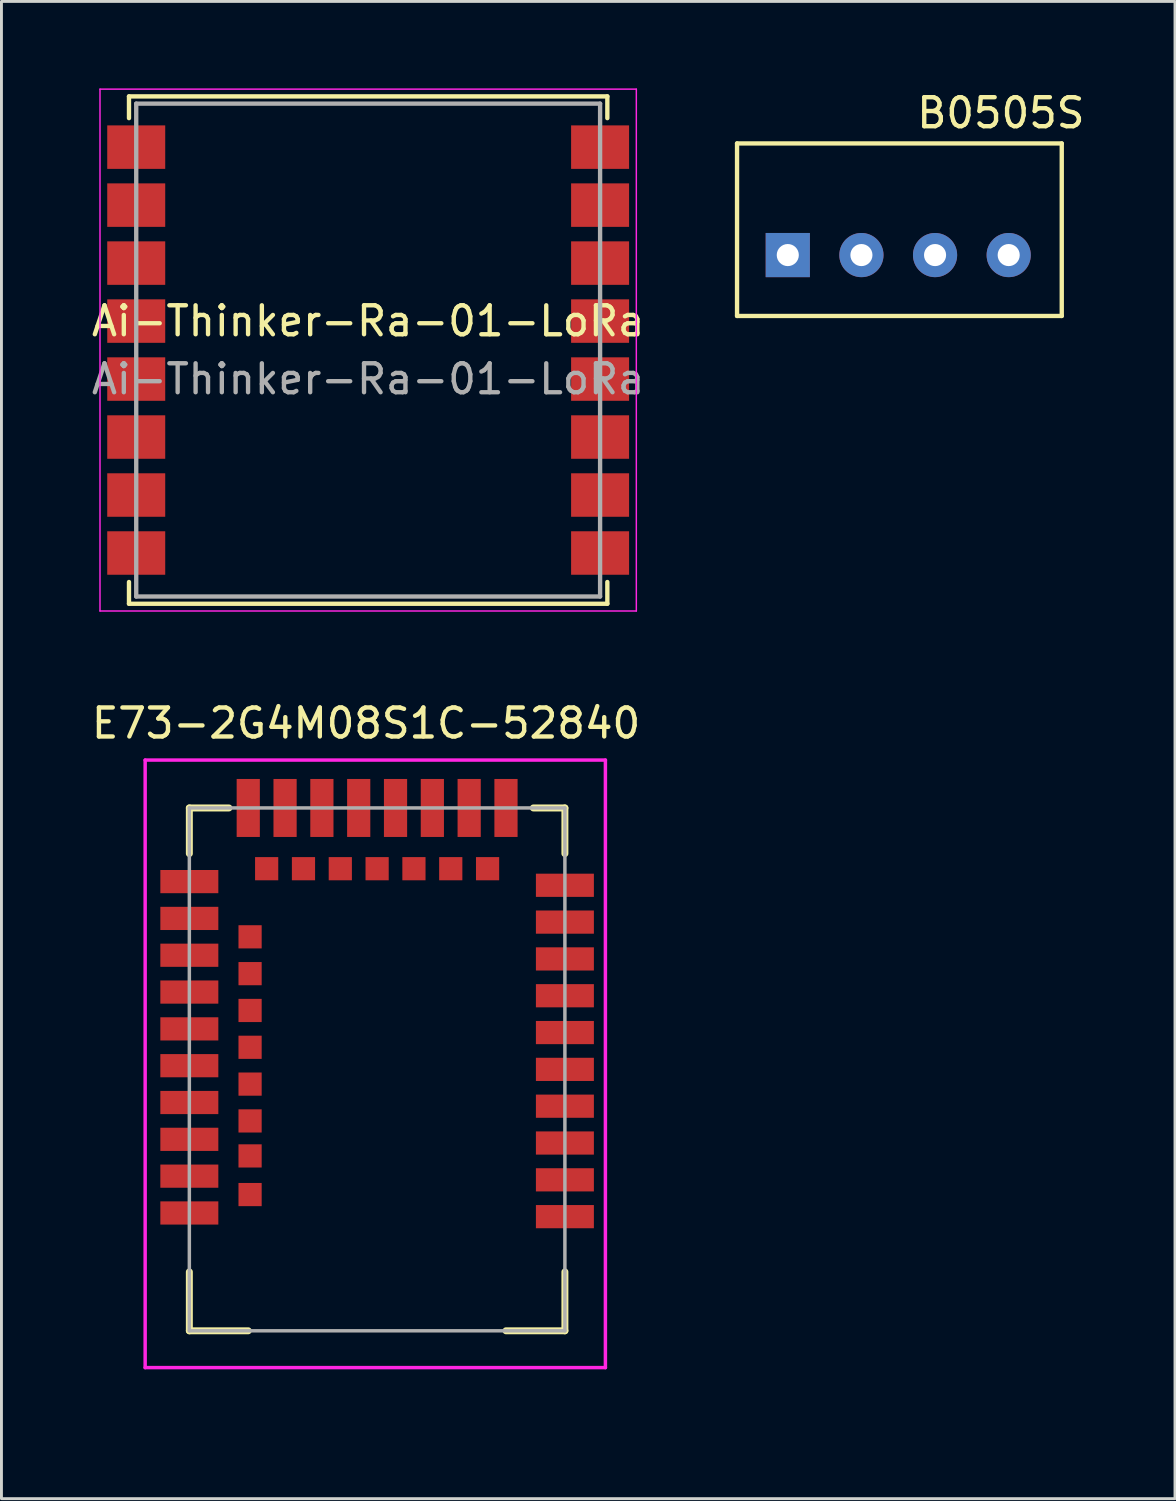
<source format=kicad_pcb>
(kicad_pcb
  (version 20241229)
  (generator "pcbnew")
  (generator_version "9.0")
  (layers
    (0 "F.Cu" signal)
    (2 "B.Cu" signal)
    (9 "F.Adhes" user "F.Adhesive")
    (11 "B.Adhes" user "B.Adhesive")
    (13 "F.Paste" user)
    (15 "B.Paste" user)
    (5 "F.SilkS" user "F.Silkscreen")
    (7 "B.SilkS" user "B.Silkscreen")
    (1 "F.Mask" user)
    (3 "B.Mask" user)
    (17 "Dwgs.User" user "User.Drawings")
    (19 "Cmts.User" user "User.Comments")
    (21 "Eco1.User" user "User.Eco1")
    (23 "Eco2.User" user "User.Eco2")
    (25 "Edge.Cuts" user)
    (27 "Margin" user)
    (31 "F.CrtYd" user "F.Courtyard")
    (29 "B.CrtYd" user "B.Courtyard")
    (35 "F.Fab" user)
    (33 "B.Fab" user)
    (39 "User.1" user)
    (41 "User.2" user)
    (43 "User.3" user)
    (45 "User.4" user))
  (footprint "Ai-Thinker-Ra-01-LoRa"
    (placed yes)
    (layer "F.Cu")
    (at 9.649 9.025)
    (property "Reference" "Ai-Thinker-Ra-01-LoRa" (at 0 -1 0) (layer "F.SilkS") (effects (font (size 1 1) (thickness 0.15))))
    (attr smd)
    (fp_line (start -8.25 -8.75) (end 8.25 -8.75) (stroke (width 0.15) (type solid)) (layer "F.SilkS"))
    (fp_line (start -8.25 -8) (end -8.25 -8.75) (stroke (width 0.15) (type solid)) (layer "F.SilkS"))
    (fp_line (start -8.25 8) (end -8.25 8.75) (stroke (width 0.15) (type solid)) (layer "F.SilkS"))
    (fp_line (start -8.25 8.75) (end 8.25 8.75) (stroke (width 0.15) (type solid)) (layer "F.SilkS"))
    (fp_line (start 8.25 -8.75) (end 8.25 -8) (stroke (width 0.15) (type solid)) (layer "F.SilkS"))
    (fp_line (start 8.25 8.75) (end 8.25 8) (stroke (width 0.15) (type solid)) (layer "F.SilkS"))
    (fp_line (start -9.25 -9) (end 9.25 -9) (stroke (width 0.05) (type solid)) (layer "F.CrtYd"))
    (fp_line (start -9.25 9) (end -9.25 -9) (stroke (width 0.05) (type solid)) (layer "F.CrtYd"))
    (fp_line (start 9.25 -9) (end 9.25 9) (stroke (width 0.05) (type solid)) (layer "F.CrtYd"))
    (fp_line (start 9.25 9) (end -9.25 9) (stroke (width 0.05) (type solid)) (layer "F.CrtYd"))
    (fp_line (start -8 -8.5) (end 8 -8.5) (stroke (width 0.15) (type solid)) (layer "F.Fab"))
    (fp_line (start -8 8.5) (end -8 -8.5) (stroke (width 0.15) (type solid)) (layer "F.Fab"))
    (fp_line (start 8 -8.5) (end 8 8.5) (stroke (width 0.15) (type solid)) (layer "F.Fab"))
    (fp_line (start 8 8.5) (end -8 8.5) (stroke (width 0.15) (type solid)) (layer "F.Fab"))
    (fp_text user "${REFERENCE}" (at 0 1 0) (layer "F.Fab") (effects (font (size 1 1) (thickness 0.15))))
    (pad "1" smd rect (at -8 -7) (size 2 1.5) (layers "F.Cu" "F.Mask" "F.Paste"))
    (pad "2" smd rect (at -8 -5) (size 2 1.5) (layers "F.Cu" "F.Mask" "F.Paste"))
    (pad "3" smd rect (at -8 -3) (size 2 1.5) (layers "F.Cu" "F.Mask" "F.Paste"))
    (pad "4" smd rect (at -8 -1) (size 2 1.5) (layers "F.Cu" "F.Mask" "F.Paste"))
    (pad "5" smd rect (at -8 1) (size 2 1.5) (layers "F.Cu" "F.Mask" "F.Paste"))
    (pad "6" smd rect (at -8 3) (size 2 1.5) (layers "F.Cu" "F.Mask" "F.Paste"))
    (pad "7" smd rect (at -8 5) (size 2 1.5) (layers "F.Cu" "F.Mask" "F.Paste"))
    (pad "8" smd rect (at -8 7) (size 2 1.5) (layers "F.Cu" "F.Mask" "F.Paste"))
    (pad "9" smd rect (at 8 7) (size 2 1.5) (layers "F.Cu" "F.Mask" "F.Paste"))
    (pad "10" smd rect (at 8 5) (size 2 1.5) (layers "F.Cu" "F.Mask" "F.Paste"))
    (pad "11" smd rect (at 8 3) (size 2 1.5) (layers "F.Cu" "F.Mask" "F.Paste"))
    (pad "12" smd rect (at 8 1) (size 2 1.5) (layers "F.Cu" "F.Mask" "F.Paste"))
    (pad "13" smd rect (at 8 -1) (size 2 1.5) (layers "F.Cu" "F.Mask" "F.Paste"))
    (pad "14" smd rect (at 8 -3) (size 2 1.5) (layers "F.Cu" "F.Mask" "F.Paste"))
    (pad "15" smd rect (at 8 -5) (size 2 1.5) (layers "F.Cu" "F.Mask" "F.Paste"))
    (pad "16" smd rect (at 8 -7) (size 2 1.5) (layers "F.Cu" "F.Mask" "F.Paste")))
  (footprint "B0505S"
    (layer "F.Cu")
    (at 26.573 5.748)
    (property "Reference" "B0505S" (at 4.9 -4.9 0) (layer "F.SilkS") (effects (font (size 1 1) (thickness 0.15))))
    (attr through_hole)
    (fp_line (start -4.2 -3.85) (end -4.2 2.1) (stroke (width 0.15) (type solid)) (layer "F.SilkS"))
    (fp_line (start -4.2 2.1) (end 7 2.1) (stroke (width 0.15) (type solid)) (layer "F.SilkS"))
    (fp_line (start 7 -3.85) (end -4.2 -3.85) (stroke (width 0.15) (type solid)) (layer "F.SilkS"))
    (fp_line (start 7 2.1) (end 7 -3.85) (stroke (width 0.15) (type solid)) (layer "F.SilkS"))
    (pad "1" thru_hole rect (at -2.45 0) (size 1.524 1.524) (drill 0.762) (layers "*.Cu" "*.Mask"))
    (pad "2" thru_hole circle (at 0.09 0) (size 1.524 1.524) (drill 0.762) (layers "*.Cu" "*.Mask"))
    (pad "3" thru_hole circle (at 2.63 0) (size 1.524 1.524) (drill 0.762) (layers "*.Cu" "*.Mask"))
    (pad "4" thru_hole circle (at 5.17 0) (size 1.524 1.524) (drill 0.762) (layers "*.Cu" "*.Mask")))
  (footprint "E73-2G4M08S1C-52840"
    (layer "F.Cu")
    (at 10.847 45.393)
    (property "Reference" "E73-2G4M08S1C-52840" (at -1.27 -23.495 0) (layer "F.SilkS") (effects (font (size 1 1) (thickness 0.15))))
    (attr through_hole)
    (fp_line (start -7.366 -20.574) (end -7.366 -19) (stroke (width 0.24) (type solid)) (layer "F.SilkS"))
    (fp_line (start -7.366 -20.574) (end -6 -20.574) (stroke (width 0.24) (type solid)) (layer "F.SilkS"))
    (fp_line (start -7.366 -2.54) (end -7.366 -4.572) (stroke (width 0.24) (type solid)) (layer "F.SilkS"))
    (fp_line (start -7.366 -2.54) (end -5.334 -2.54) (stroke (width 0.24) (type solid)) (layer "F.SilkS"))
    (fp_line (start 5.588 -20.574) (end 4.5 -20.574) (stroke (width 0.24) (type solid)) (layer "F.SilkS"))
    (fp_line (start 5.588 -20.574) (end 5.588 -19) (stroke (width 0.24) (type solid)) (layer "F.SilkS"))
    (fp_line (start 5.588 -2.54) (end 3.556 -2.54) (stroke (width 0.24) (type solid)) (layer "F.SilkS"))
    (fp_line (start 5.588 -2.54) (end 5.588 -4.572) (stroke (width 0.24) (type solid)) (layer "F.SilkS"))
    (fp_line (start -8.89 -22.225) (end 6.985 -22.225) (stroke (width 0.12) (type solid)) (layer "F.CrtYd"))
    (fp_line (start -8.89 -1.27) (end -8.89 -22.225) (stroke (width 0.12) (type solid)) (layer "F.CrtYd"))
    (fp_line (start 6.985 -22.225) (end 6.985 -1.27) (stroke (width 0.12) (type solid)) (layer "F.CrtYd"))
    (fp_line (start 6.985 -1.27) (end -8.89 -1.27) (stroke (width 0.12) (type solid)) (layer "F.CrtYd"))
    (fp_line (start -7.366 -20.574) (end -7.366 -2.54) (stroke (width 0.12) (type solid)) (layer "F.Fab"))
    (fp_line (start -7.366 -2.54) (end 5.588 -2.54) (stroke (width 0.12) (type solid)) (layer "F.Fab"))
    (fp_line (start 5.588 -20.574) (end -7.366 -20.574) (stroke (width 0.12) (type solid)) (layer "F.Fab"))
    (fp_line (start 5.588 -2.54) (end 5.588 -20.574) (stroke (width 0.12) (type solid)) (layer "F.Fab"))
    (pad "1" smd rect (at 5.588 -6.477) (size 2 0.8) (layers "F.Cu" "F.Mask" "F.Paste"))
    (pad "2" smd rect (at 5.588 -7.747) (size 2 0.8) (layers "F.Cu" "F.Mask" "F.Paste"))
    (pad "3" smd rect (at 5.588 -9.017) (size 2 0.8) (layers "F.Cu" "F.Mask" "F.Paste"))
    (pad "4" smd rect (at 5.588 -10.287) (size 2 0.8) (layers "F.Cu" "F.Mask" "F.Paste"))
    (pad "5" smd rect (at 5.588 -11.557) (size 2 0.8) (layers "F.Cu" "F.Mask" "F.Paste"))
    (pad "6" smd rect (at 5.588 -12.827) (size 2 0.8) (layers "F.Cu" "F.Mask" "F.Paste"))
    (pad "7" smd rect (at 5.588 -14.097) (size 2 0.8) (layers "F.Cu" "F.Mask" "F.Paste"))
    (pad "8" smd rect (at 5.588 -15.367) (size 2 0.8) (layers "F.Cu" "F.Mask" "F.Paste"))
    (pad "9" smd rect (at 5.588 -16.637) (size 2 0.8) (layers "F.Cu" "F.Mask" "F.Paste"))
    (pad "10" smd rect (at 5.588 -17.907) (size 2 0.8) (layers "F.Cu" "F.Mask" "F.Paste"))
    (pad "11" smd rect (at 3.556 -20.574 90) (size 2 0.8) (layers "F.Cu" "F.Mask" "F.Paste"))
    (pad "12" smd rect (at 2.921 -18.479) (size 0.8 0.8) (layers "F.Cu" "F.Mask" "F.Paste"))
    (pad "13" smd rect (at 2.286 -20.574 90) (size 2 0.8) (layers "F.Cu" "F.Mask" "F.Paste"))
    (pad "14" smd rect (at 1.651 -18.479) (size 0.8 0.8) (layers "F.Cu" "F.Mask" "F.Paste"))
    (pad "15" smd rect (at 1.016 -20.574 90) (size 2 0.8) (layers "F.Cu" "F.Mask" "F.Paste"))
    (pad "16" smd rect (at 0.381 -18.479) (size 0.8 0.8) (layers "F.Cu" "F.Mask" "F.Paste"))
    (pad "17" smd rect (at -0.254 -20.574 90) (size 2 0.8) (layers "F.Cu" "F.Mask" "F.Paste"))
    (pad "18" smd rect (at -0.889 -18.479) (size 0.8 0.8) (layers "F.Cu" "F.Mask" "F.Paste"))
    (pad "19" smd rect (at -1.524 -20.574 90) (size 2 0.8) (layers "F.Cu" "F.Mask" "F.Paste"))
    (pad "20" smd rect (at -2.159 -18.479) (size 0.8 0.8) (layers "F.Cu" "F.Mask" "F.Paste"))
    (pad "21" smd rect (at -2.794 -20.574 90) (size 2 0.8) (layers "F.Cu" "F.Mask" "F.Paste"))
    (pad "22" smd rect (at -3.429 -18.479) (size 0.8 0.8) (layers "F.Cu" "F.Mask" "F.Paste"))
    (pad "23" smd rect (at -4.064 -20.574 90) (size 2 0.8) (layers "F.Cu" "F.Mask" "F.Paste"))
    (pad "24" smd rect (at -4.699 -18.479) (size 0.8 0.8) (layers "F.Cu" "F.Mask" "F.Paste"))
    (pad "25" smd rect (at -5.334 -20.574 90) (size 2 0.8) (layers "F.Cu" "F.Mask" "F.Paste"))
    (pad "26" smd rect (at -7.366 -18.034) (size 2 0.8) (layers "F.Cu" "F.Mask" "F.Paste"))
    (pad "27" smd rect (at -7.366 -16.764) (size 2 0.8) (layers "F.Cu" "F.Mask" "F.Paste"))
    (pad "28" smd rect (at -5.271 -16.129) (size 0.8 0.8) (layers "F.Cu" "F.Mask" "F.Paste"))
    (pad "29" smd rect (at -7.366 -15.494) (size 2 0.8) (layers "F.Cu" "F.Mask" "F.Paste"))
    (pad "30" smd rect (at -5.271 -14.859) (size 0.8 0.8) (layers "F.Cu" "F.Mask" "F.Paste"))
    (pad "31" smd rect (at -7.366 -14.224) (size 2 0.8) (layers "F.Cu" "F.Mask" "F.Paste"))
    (pad "32" smd rect (at -5.271 -13.589) (size 0.8 0.8) (layers "F.Cu" "F.Mask" "F.Paste"))
    (pad "33" smd rect (at -7.366 -12.954) (size 2 0.8) (layers "F.Cu" "F.Mask" "F.Paste"))
    (pad "34" smd rect (at -5.271 -12.319) (size 0.8 0.8) (layers "F.Cu" "F.Mask" "F.Paste"))
    (pad "35" smd rect (at -7.366 -11.684) (size 2 0.8) (layers "F.Cu" "F.Mask" "F.Paste"))
    (pad "36" smd rect (at -5.271 -11.049) (size 0.8 0.8) (layers "F.Cu" "F.Mask" "F.Paste"))
    (pad "37" smd rect (at -7.366 -10.414) (size 2 0.8) (layers "F.Cu" "F.Mask" "F.Paste"))
    (pad "38" smd rect (at -5.271 -9.779) (size 0.8 0.8) (layers "F.Cu" "F.Mask" "F.Paste"))
    (pad "39" smd rect (at -7.366 -9.144) (size 2 0.8) (layers "F.Cu" "F.Mask" "F.Paste"))
    (pad "40" smd rect (at -5.271 -8.572) (size 0.8 0.8) (layers "F.Cu" "F.Mask" "F.Paste"))
    (pad "41" smd rect (at -7.366 -7.874) (size 2 0.8) (layers "F.Cu" "F.Mask" "F.Paste"))
    (pad "42" smd rect (at -5.271 -7.239) (size 0.8 0.8) (layers "F.Cu" "F.Mask" "F.Paste"))
    (pad "43" smd rect (at -7.366 -6.604) (size 2 0.8) (layers "F.Cu" "F.Mask" "F.Paste")))
  (gr_rect
    (start -3 -3)
    (end 37.479 48.643)
    (stroke (width 0.1) (type default))
    (fill no)
    (layer "Edge.Cuts")))
</source>
